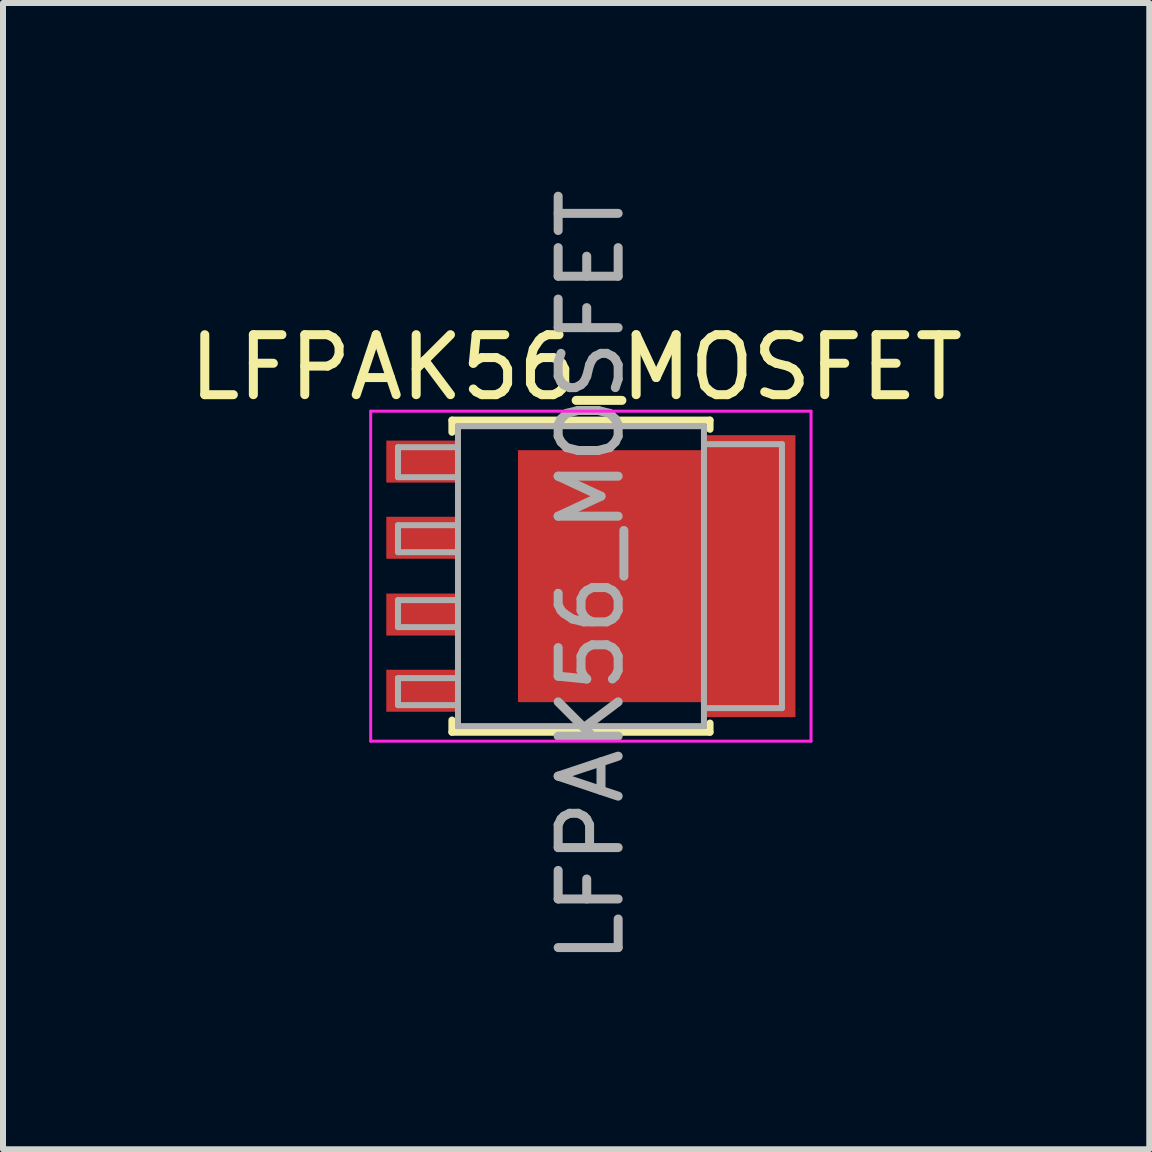
<source format=kicad_pcb>
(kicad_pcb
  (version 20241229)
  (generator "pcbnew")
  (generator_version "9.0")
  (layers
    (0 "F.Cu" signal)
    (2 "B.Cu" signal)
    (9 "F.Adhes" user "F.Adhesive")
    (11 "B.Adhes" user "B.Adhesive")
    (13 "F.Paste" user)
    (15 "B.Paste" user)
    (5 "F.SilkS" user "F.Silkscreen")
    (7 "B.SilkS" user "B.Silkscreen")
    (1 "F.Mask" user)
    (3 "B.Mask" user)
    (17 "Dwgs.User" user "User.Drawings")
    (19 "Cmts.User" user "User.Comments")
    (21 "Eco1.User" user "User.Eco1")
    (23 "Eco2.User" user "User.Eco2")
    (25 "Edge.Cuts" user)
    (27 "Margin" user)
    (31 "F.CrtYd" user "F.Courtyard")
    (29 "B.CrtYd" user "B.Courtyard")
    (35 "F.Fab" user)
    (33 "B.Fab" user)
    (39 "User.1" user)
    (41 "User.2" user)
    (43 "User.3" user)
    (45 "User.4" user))
  (footprint "LFPAK56_MOSFET"
    (layer "F.Cu")
    (at 6.799 6.554)
    (property "Reference" "LFPAK56_MOSFET" (at -0.245 -3.48 0) (layer "F.SilkS") (effects (font (size 1 1) (thickness 0.15))))
    (attr smd)
    (fp_line (start -2.315 -2.6) (end -2.315 -2.4) (stroke (width 0.12) (type solid)) (layer "F.SilkS"))
    (fp_line (start -2.315 2.4) (end -2.315 2.6) (stroke (width 0.12) (type solid)) (layer "F.SilkS"))
    (fp_line (start -2.315 2.6) (end 1.985 2.6) (stroke (width 0.12) (type solid)) (layer "F.SilkS"))
    (fp_line (start 1.985 -2.6) (end -2.315 -2.6) (stroke (width 0.12) (type solid)) (layer "F.SilkS"))
    (fp_line (start 1.985 -2.45) (end 1.985 -2.6) (stroke (width 0.12) (type solid)) (layer "F.SilkS"))
    (fp_line (start 1.985 2.6) (end 1.985 2.45) (stroke (width 0.12) (type solid)) (layer "F.SilkS"))
    (fp_line (start -3.67 2.75) (end -3.67 -2.75) (stroke (width 0.05) (type solid)) (layer "F.CrtYd"))
    (fp_line (start -3.67 2.75) (end 3.67 2.75) (stroke (width 0.05) (type solid)) (layer "F.CrtYd"))
    (fp_line (start 3.67 -2.75) (end -3.67 -2.75) (stroke (width 0.05) (type solid)) (layer "F.CrtYd"))
    (fp_line (start 3.67 -2.75) (end 3.67 2.75) (stroke (width 0.05) (type solid)) (layer "F.CrtYd"))
    (fp_line (start -3.215 -2.15) (end -3.215 -1.65) (stroke (width 0.1) (type solid)) (layer "F.Fab"))
    (fp_line (start -3.215 -2.15) (end -2.215 -2.15) (stroke (width 0.1) (type solid)) (layer "F.Fab"))
    (fp_line (start -3.215 -1.65) (end -2.215 -1.65) (stroke (width 0.1) (type solid)) (layer "F.Fab"))
    (fp_line (start -3.215 -0.85) (end -3.215 -0.4) (stroke (width 0.1) (type solid)) (layer "F.Fab"))
    (fp_line (start -3.215 -0.4) (end -2.215 -0.4) (stroke (width 0.1) (type solid)) (layer "F.Fab"))
    (fp_line (start -3.215 0.4) (end -3.215 0.85) (stroke (width 0.1) (type solid)) (layer "F.Fab"))
    (fp_line (start -3.215 0.85) (end -2.215 0.85) (stroke (width 0.1) (type solid)) (layer "F.Fab"))
    (fp_line (start -3.215 1.7) (end -3.215 2.15) (stroke (width 0.1) (type solid)) (layer "F.Fab"))
    (fp_line (start -3.215 2.15) (end -2.215 2.15) (stroke (width 0.1) (type solid)) (layer "F.Fab"))
    (fp_line (start -2.215 -2.5) (end -2.215 2.5) (stroke (width 0.1) (type solid)) (layer "F.Fab"))
    (fp_line (start -2.215 -0.85) (end -3.215 -0.85) (stroke (width 0.1) (type solid)) (layer "F.Fab"))
    (fp_line (start -2.215 0.4) (end -3.215 0.4) (stroke (width 0.1) (type solid)) (layer "F.Fab"))
    (fp_line (start -2.215 1.7) (end -3.215 1.7) (stroke (width 0.1) (type solid)) (layer "F.Fab"))
    (fp_line (start -2.215 2.5) (end 1.885 2.5) (stroke (width 0.1) (type solid)) (layer "F.Fab"))
    (fp_line (start 1.885 -2.5) (end -2.215 -2.5) (stroke (width 0.1) (type solid)) (layer "F.Fab"))
    (fp_line (start 1.885 2.5) (end 1.885 -2.5) (stroke (width 0.1) (type solid)) (layer "F.Fab"))
    (fp_line (start 3.185 -2.2) (end 1.885 -2.2) (stroke (width 0.1) (type solid)) (layer "F.Fab"))
    (fp_line (start 3.185 -2.2) (end 3.185 2.2) (stroke (width 0.1) (type solid)) (layer "F.Fab"))
    (fp_line (start 3.185 2.2) (end 1.885 2.2) (stroke (width 0.1) (type solid)) (layer "F.Fab"))
    (fp_text user "${REFERENCE}" (at 0 0 90) (layer "F.Fab") (effects (font (size 1 1) (thickness 0.15))))
    (pad "" smd rect (at -0.665 -1.15) (size 0.6 0.9) (layers "F.Paste"))
    (pad "" smd rect (at -0.665 0) (size 0.6 0.9) (layers "F.Paste"))
    (pad "" smd rect (at -0.665 1.15) (size 0.6 0.9) (layers "F.Paste"))
    (pad "" smd rect (at 0.185 -1.15) (size 0.6 0.9) (layers "F.Paste"))
    (pad "" smd rect (at 0.185 0) (size 0.6 0.9) (layers "F.Paste"))
    (pad "" smd rect (at 0.185 1.15) (size 0.6 0.9) (layers "F.Paste"))
    (pad "" smd rect (at 1.035 -1.15) (size 0.6 0.9) (layers "F.Paste"))
    (pad "" smd rect (at 1.035 0) (size 0.6 0.9) (layers "F.Paste"))
    (pad "" smd rect (at 1.035 1.15) (size 0.6 0.9) (layers "F.Paste"))
    (pad "" smd rect (at 2.885 -1.88 270) (size 0.6 0.9) (layers "F.Paste"))
    (pad "" smd rect (at 2.885 -0.6 270) (size 0.6 0.9) (layers "F.Paste"))
    (pad "" smd rect (at 2.885 0.6 270) (size 0.6 0.9) (layers "F.Paste"))
    (pad "" smd rect (at 2.885 1.88 270) (size 0.6 0.9) (layers "F.Paste"))
    (pad "1" smd rect (at -2.835 -1.91 270) (size 0.7 1.15) (layers "F.Cu" "F.Mask" "F.Paste"))
    (pad "1" smd rect (at -2.835 -0.64 270) (size 0.7 1.15) (layers "F.Cu" "F.Mask" "F.Paste"))
    (pad "1" smd rect (at -2.835 0.64 270) (size 0.7 1.15) (layers "F.Cu" "F.Mask" "F.Paste"))
    (pad "2" smd rect (at -2.835 1.91 270) (size 0.7 1.15) (layers "F.Cu" "F.Mask" "F.Paste"))
    (pad "3" smd custom (at 0.435 0) (size 3.3 4.2) (layers "F.Cu" "F.Mask") (options (anchor rect)) (primitives (gr_poly (pts (xy 1.425 -2.35) (xy 2.975 -2.35) (xy 2.975 2.35) (xy 1.425 2.35)) (width 0) (fill yes)))))
  (gr_rect
    (start -3 -3)
    (end 16.107 16.107)
    (stroke (width 0.1) (type default))
    (fill no)
    (layer "Edge.Cuts")))
</source>
